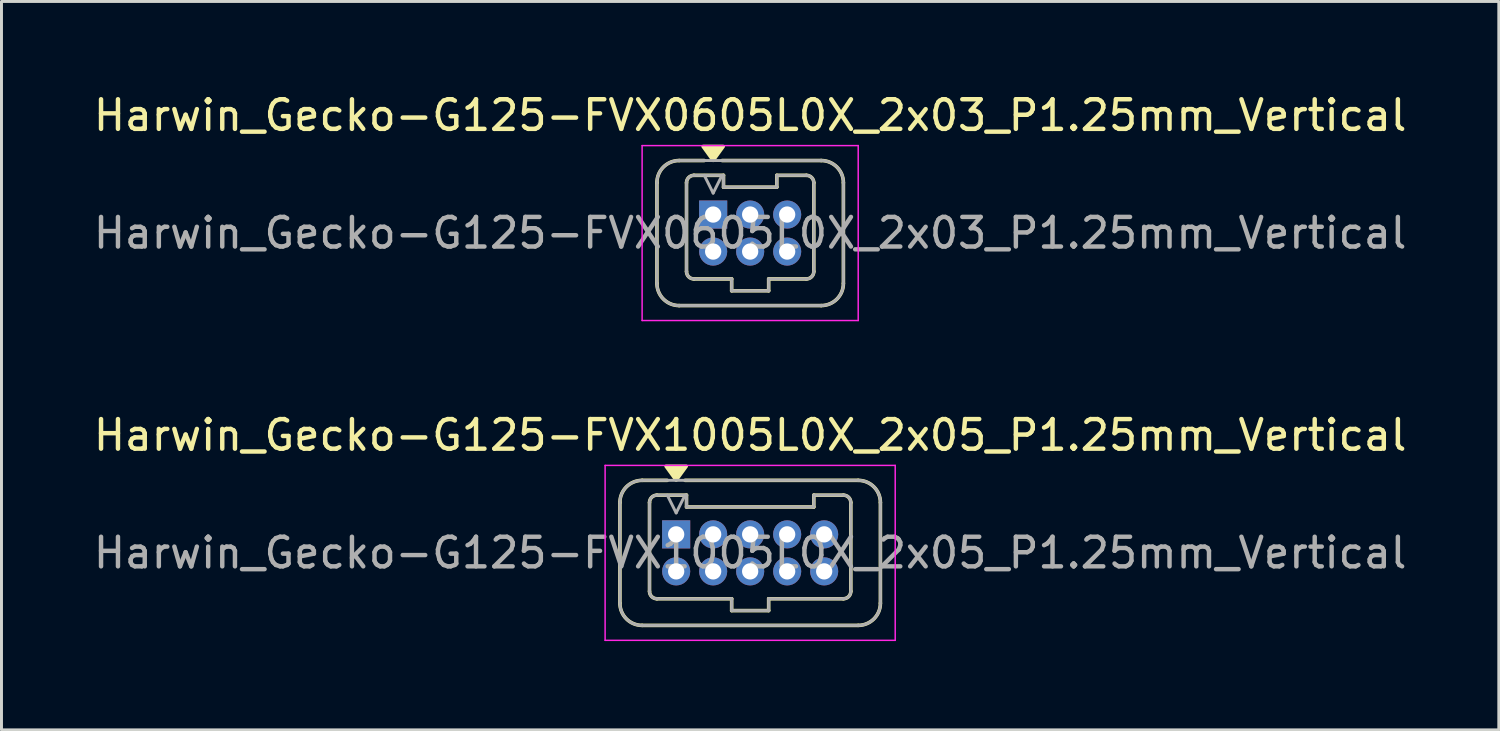
<source format=kicad_pcb>
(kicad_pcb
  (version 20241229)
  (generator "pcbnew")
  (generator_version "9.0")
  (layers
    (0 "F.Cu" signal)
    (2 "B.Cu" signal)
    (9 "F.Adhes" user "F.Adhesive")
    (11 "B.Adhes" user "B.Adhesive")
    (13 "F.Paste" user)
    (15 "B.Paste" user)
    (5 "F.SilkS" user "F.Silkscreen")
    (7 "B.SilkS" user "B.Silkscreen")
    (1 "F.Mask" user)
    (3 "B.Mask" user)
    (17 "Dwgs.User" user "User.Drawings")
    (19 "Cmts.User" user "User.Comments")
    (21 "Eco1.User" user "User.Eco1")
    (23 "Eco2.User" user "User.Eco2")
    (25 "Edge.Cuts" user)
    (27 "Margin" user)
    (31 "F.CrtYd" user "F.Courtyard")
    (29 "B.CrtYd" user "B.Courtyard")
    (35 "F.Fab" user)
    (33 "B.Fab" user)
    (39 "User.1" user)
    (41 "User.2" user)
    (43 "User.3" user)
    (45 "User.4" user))
  (footprint "Harwin_Gecko-G125-FVX1005L0X_2x05_P1.25mm_Vertical"
    (layer "F.Cu")
    (at 19.792 15.002)
    (property "Reference" "Harwin_Gecko-G125-FVX1005L0X_2x05_P1.25mm_Vertical" (at 2.5 -3.35 0) (layer "F.SilkS") (effects (font (size 1 1) (thickness 0.15))))
    (attr through_hole)
    (fp_line (start -1.9 -1.075) (end -1.9 2.325) (stroke (width 0.12) (type solid)) (layer "F.SilkS"))
    (fp_line (start -1.15 -1.825) (end -0.3 -1.825) (stroke (width 0.12) (type solid)) (layer "F.SilkS"))
    (fp_line (start -1.15 3.075) (end 6.15 3.075) (stroke (width 0.12) (type solid)) (layer "F.SilkS"))
    (fp_line (start -0.9 -1.075) (end -0.9 1.925) (stroke (width 0.12) (type solid)) (layer "F.SilkS"))
    (fp_line (start -0.65 -1.325) (end 0.35 -1.325) (stroke (width 0.12) (type solid)) (layer "F.SilkS"))
    (fp_line (start -0.65 2.175) (end 1.875 2.175) (stroke (width 0.12) (type solid)) (layer "F.SilkS"))
    (fp_line (start 0.3 -1.825) (end 6.15 -1.825) (stroke (width 0.12) (type solid)) (layer "F.SilkS"))
    (fp_line (start 0.35 -1.325) (end 0.35 -0.925) (stroke (width 0.12) (type solid)) (layer "F.SilkS"))
    (fp_line (start 0.35 -0.925) (end 4.65 -0.925) (stroke (width 0.12) (type solid)) (layer "F.SilkS"))
    (fp_line (start 1.875 2.175) (end 1.875 2.575) (stroke (width 0.12) (type solid)) (layer "F.SilkS"))
    (fp_line (start 1.875 2.575) (end 3.125 2.575) (stroke (width 0.12) (type solid)) (layer "F.SilkS"))
    (fp_line (start 3.125 2.175) (end 5.65 2.175) (stroke (width 0.12) (type solid)) (layer "F.SilkS"))
    (fp_line (start 3.125 2.575) (end 3.125 2.175) (stroke (width 0.12) (type solid)) (layer "F.SilkS"))
    (fp_line (start 4.65 -1.325) (end 5.65 -1.325) (stroke (width 0.12) (type solid)) (layer "F.SilkS"))
    (fp_line (start 4.65 -0.925) (end 4.65 -1.325) (stroke (width 0.12) (type solid)) (layer "F.SilkS"))
    (fp_line (start 5.9 -1.075) (end 5.9 1.925) (stroke (width 0.12) (type solid)) (layer "F.SilkS"))
    (fp_line (start 6.9 -1.075) (end 6.9 2.325) (stroke (width 0.12) (type solid)) (layer "F.SilkS"))
    (fp_arc (start -1.9 -1.075) (mid -1.68033 -1.60533) (end -1.15 -1.825) (stroke (width 0.12) (type solid)) (layer "F.SilkS"))
    (fp_arc (start -1.15 3.075) (mid -1.68033 2.85533) (end -1.9 2.325) (stroke (width 0.12) (type solid)) (layer "F.SilkS"))
    (fp_arc (start -0.9 -1.075) (mid -0.826777 -1.251777) (end -0.65 -1.325) (stroke (width 0.12) (type solid)) (layer "F.SilkS"))
    (fp_arc (start -0.65 2.175) (mid -0.826777 2.101777) (end -0.9 1.925) (stroke (width 0.12) (type solid)) (layer "F.SilkS"))
    (fp_arc (start 5.65 -1.325) (mid 5.826777 -1.251777) (end 5.9 -1.075) (stroke (width 0.12) (type solid)) (layer "F.SilkS"))
    (fp_arc (start 5.9 1.925) (mid 5.826777 2.101777) (end 5.65 2.175) (stroke (width 0.12) (type solid)) (layer "F.SilkS"))
    (fp_arc (start 6.15 -1.825) (mid 6.68033 -1.60533) (end 6.9 -1.075) (stroke (width 0.12) (type solid)) (layer "F.SilkS"))
    (fp_arc (start 6.9 2.325) (mid 6.68033 2.85533) (end 6.15 3.075) (stroke (width 0.12) (type solid)) (layer "F.SilkS"))
    (fp_poly (pts (xy 0 -1.83) (xy -0.34 -2.3) (xy 0.34 -2.3) (xy 0 -1.83)) (stroke (width 0.12) (type solid)) (fill yes) (layer "F.SilkS"))
    (fp_line (start -2.4 -2.33) (end -2.4 3.58) (stroke (width 0.05) (type solid)) (layer "F.CrtYd"))
    (fp_line (start -2.4 3.58) (end 7.4 3.58) (stroke (width 0.05) (type solid)) (layer "F.CrtYd"))
    (fp_line (start 7.4 -2.33) (end -2.4 -2.33) (stroke (width 0.05) (type solid)) (layer "F.CrtYd"))
    (fp_line (start 7.4 3.58) (end 7.4 -2.33) (stroke (width 0.05) (type solid)) (layer "F.CrtYd"))
    (fp_line (start -1.9 -1.075) (end -1.9 2.325) (stroke (width 0.1) (type solid)) (layer "F.Fab"))
    (fp_line (start -1.15 -1.825) (end 6.15 -1.825) (stroke (width 0.1) (type solid)) (layer "F.Fab"))
    (fp_line (start -1.15 3.075) (end 6.15 3.075) (stroke (width 0.1) (type solid)) (layer "F.Fab"))
    (fp_line (start -0.9 -1.075) (end -0.9 1.925) (stroke (width 0.1) (type solid)) (layer "F.Fab"))
    (fp_line (start -0.65 -1.325) (end 0.35 -1.325) (stroke (width 0.1) (type solid)) (layer "F.Fab"))
    (fp_line (start -0.65 2.175) (end 1.875 2.175) (stroke (width 0.1) (type solid)) (layer "F.Fab"))
    (fp_line (start 0 -0.725) (end -0.3 -1.325) (stroke (width 0.1) (type solid)) (layer "F.Fab"))
    (fp_line (start 0.3 -1.325) (end 0 -0.725) (stroke (width 0.1) (type solid)) (layer "F.Fab"))
    (fp_line (start 0.35 -1.325) (end 0.35 -0.925) (stroke (width 0.1) (type solid)) (layer "F.Fab"))
    (fp_line (start 0.35 -0.925) (end 4.65 -0.925) (stroke (width 0.1) (type solid)) (layer "F.Fab"))
    (fp_line (start 1.875 2.175) (end 1.875 2.575) (stroke (width 0.1) (type solid)) (layer "F.Fab"))
    (fp_line (start 1.875 2.575) (end 3.125 2.575) (stroke (width 0.1) (type solid)) (layer "F.Fab"))
    (fp_line (start 3.125 2.175) (end 5.65 2.175) (stroke (width 0.1) (type solid)) (layer "F.Fab"))
    (fp_line (start 3.125 2.575) (end 3.125 2.175) (stroke (width 0.1) (type solid)) (layer "F.Fab"))
    (fp_line (start 4.65 -1.325) (end 5.65 -1.325) (stroke (width 0.1) (type solid)) (layer "F.Fab"))
    (fp_line (start 4.65 -0.925) (end 4.65 -1.325) (stroke (width 0.1) (type solid)) (layer "F.Fab"))
    (fp_line (start 5.9 -1.075) (end 5.9 1.925) (stroke (width 0.1) (type solid)) (layer "F.Fab"))
    (fp_line (start 6.9 -1.075) (end 6.9 2.325) (stroke (width 0.1) (type solid)) (layer "F.Fab"))
    (fp_arc (start -1.9 -1.075) (mid -1.68033 -1.60533) (end -1.15 -1.825) (stroke (width 0.1) (type solid)) (layer "F.Fab"))
    (fp_arc (start -1.15 3.075) (mid -1.68033 2.85533) (end -1.9 2.325) (stroke (width 0.1) (type solid)) (layer "F.Fab"))
    (fp_arc (start -0.9 -1.075) (mid -0.826777 -1.251777) (end -0.65 -1.325) (stroke (width 0.1) (type solid)) (layer "F.Fab"))
    (fp_arc (start -0.65 2.175) (mid -0.826777 2.101777) (end -0.9 1.925) (stroke (width 0.1) (type solid)) (layer "F.Fab"))
    (fp_arc (start 5.65 -1.325) (mid 5.826777 -1.251777) (end 5.9 -1.075) (stroke (width 0.1) (type solid)) (layer "F.Fab"))
    (fp_arc (start 5.9 1.925) (mid 5.826777 2.101777) (end 5.65 2.175) (stroke (width 0.1) (type solid)) (layer "F.Fab"))
    (fp_arc (start 6.15 -1.825) (mid 6.68033 -1.60533) (end 6.9 -1.075) (stroke (width 0.1) (type solid)) (layer "F.Fab"))
    (fp_arc (start 6.9 2.325) (mid 6.68033 2.85533) (end 6.15 3.075) (stroke (width 0.1) (type solid)) (layer "F.Fab"))
    (fp_text user "${REFERENCE}" (at 2.5 0.625 0) (layer "F.Fab") (effects (font (size 1 1) (thickness 0.15))))
    (pad "1" thru_hole rect (at 0 0) (size 0.95 0.95) (drill 0.55) (layers "*.Cu" "*.Mask"))
    (pad "2" thru_hole circle (at 1.25 0) (size 0.95 0.95) (drill 0.55) (layers "*.Cu" "*.Mask"))
    (pad "3" thru_hole circle (at 2.5 0) (size 0.95 0.95) (drill 0.55) (layers "*.Cu" "*.Mask"))
    (pad "4" thru_hole circle (at 3.75 0) (size 0.95 0.95) (drill 0.55) (layers "*.Cu" "*.Mask"))
    (pad "5" thru_hole circle (at 5 0) (size 0.95 0.95) (drill 0.55) (layers "*.Cu" "*.Mask"))
    (pad "6" thru_hole circle (at 0 1.25) (size 0.95 0.95) (drill 0.55) (layers "*.Cu" "*.Mask"))
    (pad "7" thru_hole circle (at 1.25 1.25) (size 0.95 0.95) (drill 0.55) (layers "*.Cu" "*.Mask"))
    (pad "8" thru_hole circle (at 2.5 1.25) (size 0.95 0.95) (drill 0.55) (layers "*.Cu" "*.Mask"))
    (pad "9" thru_hole circle (at 3.75 1.25) (size 0.95 0.95) (drill 0.55) (layers "*.Cu" "*.Mask"))
    (pad "10" thru_hole circle (at 5 1.25) (size 0.95 0.95) (drill 0.55) (layers "*.Cu" "*.Mask")))
  (footprint "Harwin_Gecko-G125-FVX0605L0X_2x03_P1.25mm_Vertical"
    (layer "F.Cu")
    (at 21.042 4.198)
    (property "Reference" "Harwin_Gecko-G125-FVX0605L0X_2x03_P1.25mm_Vertical" (at 1.25 -3.35 0) (layer "F.SilkS") (effects (font (size 1 1) (thickness 0.15))))
    (attr through_hole)
    (fp_line (start -1.9 -1.075) (end -1.9 2.325) (stroke (width 0.12) (type solid)) (layer "F.SilkS"))
    (fp_line (start -1.15 -1.825) (end -0.3 -1.825) (stroke (width 0.12) (type solid)) (layer "F.SilkS"))
    (fp_line (start -1.15 3.075) (end 3.65 3.075) (stroke (width 0.12) (type solid)) (layer "F.SilkS"))
    (fp_line (start -0.9 -1.075) (end -0.9 1.925) (stroke (width 0.12) (type solid)) (layer "F.SilkS"))
    (fp_line (start -0.65 -1.325) (end 0.35 -1.325) (stroke (width 0.12) (type solid)) (layer "F.SilkS"))
    (fp_line (start -0.65 2.175) (end 0.625 2.175) (stroke (width 0.12) (type solid)) (layer "F.SilkS"))
    (fp_line (start 0.3 -1.825) (end 3.65 -1.825) (stroke (width 0.12) (type solid)) (layer "F.SilkS"))
    (fp_line (start 0.35 -1.325) (end 0.35 -0.925) (stroke (width 0.12) (type solid)) (layer "F.SilkS"))
    (fp_line (start 0.35 -0.925) (end 2.15 -0.925) (stroke (width 0.12) (type solid)) (layer "F.SilkS"))
    (fp_line (start 0.625 2.175) (end 0.625 2.575) (stroke (width 0.12) (type solid)) (layer "F.SilkS"))
    (fp_line (start 0.625 2.575) (end 1.875 2.575) (stroke (width 0.12) (type solid)) (layer "F.SilkS"))
    (fp_line (start 1.875 2.175) (end 3.15 2.175) (stroke (width 0.12) (type solid)) (layer "F.SilkS"))
    (fp_line (start 1.875 2.575) (end 1.875 2.175) (stroke (width 0.12) (type solid)) (layer "F.SilkS"))
    (fp_line (start 2.15 -1.325) (end 3.15 -1.325) (stroke (width 0.12) (type solid)) (layer "F.SilkS"))
    (fp_line (start 2.15 -0.925) (end 2.15 -1.325) (stroke (width 0.12) (type solid)) (layer "F.SilkS"))
    (fp_line (start 3.4 -1.075) (end 3.4 1.925) (stroke (width 0.12) (type solid)) (layer "F.SilkS"))
    (fp_line (start 4.4 -1.075) (end 4.4 2.325) (stroke (width 0.12) (type solid)) (layer "F.SilkS"))
    (fp_arc (start -1.9 -1.075) (mid -1.68033 -1.60533) (end -1.15 -1.825) (stroke (width 0.12) (type solid)) (layer "F.SilkS"))
    (fp_arc (start -1.15 3.075) (mid -1.68033 2.85533) (end -1.9 2.325) (stroke (width 0.12) (type solid)) (layer "F.SilkS"))
    (fp_arc (start -0.9 -1.075) (mid -0.826777 -1.251777) (end -0.65 -1.325) (stroke (width 0.12) (type solid)) (layer "F.SilkS"))
    (fp_arc (start -0.65 2.175) (mid -0.826777 2.101777) (end -0.9 1.925) (stroke (width 0.12) (type solid)) (layer "F.SilkS"))
    (fp_arc (start 3.15 -1.325) (mid 3.326777 -1.251777) (end 3.4 -1.075) (stroke (width 0.12) (type solid)) (layer "F.SilkS"))
    (fp_arc (start 3.4 1.925) (mid 3.326777 2.101777) (end 3.15 2.175) (stroke (width 0.12) (type solid)) (layer "F.SilkS"))
    (fp_arc (start 3.65 -1.825) (mid 4.18033 -1.60533) (end 4.4 -1.075) (stroke (width 0.12) (type solid)) (layer "F.SilkS"))
    (fp_arc (start 4.4 2.325) (mid 4.18033 2.85533) (end 3.65 3.075) (stroke (width 0.12) (type solid)) (layer "F.SilkS"))
    (fp_poly (pts (xy 0 -1.83) (xy -0.34 -2.3) (xy 0.34 -2.3) (xy 0 -1.83)) (stroke (width 0.12) (type solid)) (fill yes) (layer "F.SilkS"))
    (fp_line (start -2.4 -2.33) (end -2.4 3.58) (stroke (width 0.05) (type solid)) (layer "F.CrtYd"))
    (fp_line (start -2.4 3.58) (end 4.9 3.58) (stroke (width 0.05) (type solid)) (layer "F.CrtYd"))
    (fp_line (start 4.9 -2.33) (end -2.4 -2.33) (stroke (width 0.05) (type solid)) (layer "F.CrtYd"))
    (fp_line (start 4.9 3.58) (end 4.9 -2.33) (stroke (width 0.05) (type solid)) (layer "F.CrtYd"))
    (fp_line (start -1.9 -1.075) (end -1.9 2.325) (stroke (width 0.1) (type solid)) (layer "F.Fab"))
    (fp_line (start -1.15 -1.825) (end 3.65 -1.825) (stroke (width 0.1) (type solid)) (layer "F.Fab"))
    (fp_line (start -1.15 3.075) (end 3.65 3.075) (stroke (width 0.1) (type solid)) (layer "F.Fab"))
    (fp_line (start -0.9 -1.075) (end -0.9 1.925) (stroke (width 0.1) (type solid)) (layer "F.Fab"))
    (fp_line (start -0.65 -1.325) (end 0.35 -1.325) (stroke (width 0.1) (type solid)) (layer "F.Fab"))
    (fp_line (start -0.65 2.175) (end 0.625 2.175) (stroke (width 0.1) (type solid)) (layer "F.Fab"))
    (fp_line (start 0 -0.725) (end -0.3 -1.325) (stroke (width 0.1) (type solid)) (layer "F.Fab"))
    (fp_line (start 0.3 -1.325) (end 0 -0.725) (stroke (width 0.1) (type solid)) (layer "F.Fab"))
    (fp_line (start 0.35 -1.325) (end 0.35 -0.925) (stroke (width 0.1) (type solid)) (layer "F.Fab"))
    (fp_line (start 0.35 -0.925) (end 2.15 -0.925) (stroke (width 0.1) (type solid)) (layer "F.Fab"))
    (fp_line (start 0.625 2.175) (end 0.625 2.575) (stroke (width 0.1) (type solid)) (layer "F.Fab"))
    (fp_line (start 0.625 2.575) (end 1.875 2.575) (stroke (width 0.1) (type solid)) (layer "F.Fab"))
    (fp_line (start 1.875 2.175) (end 3.15 2.175) (stroke (width 0.1) (type solid)) (layer "F.Fab"))
    (fp_line (start 1.875 2.575) (end 1.875 2.175) (stroke (width 0.1) (type solid)) (layer "F.Fab"))
    (fp_line (start 2.15 -1.325) (end 3.15 -1.325) (stroke (width 0.1) (type solid)) (layer "F.Fab"))
    (fp_line (start 2.15 -0.925) (end 2.15 -1.325) (stroke (width 0.1) (type solid)) (layer "F.Fab"))
    (fp_line (start 3.4 -1.075) (end 3.4 1.925) (stroke (width 0.1) (type solid)) (layer "F.Fab"))
    (fp_line (start 4.4 -1.075) (end 4.4 2.325) (stroke (width 0.1) (type solid)) (layer "F.Fab"))
    (fp_arc (start -1.9 -1.075) (mid -1.68033 -1.60533) (end -1.15 -1.825) (stroke (width 0.1) (type solid)) (layer "F.Fab"))
    (fp_arc (start -1.15 3.075) (mid -1.68033 2.85533) (end -1.9 2.325) (stroke (width 0.1) (type solid)) (layer "F.Fab"))
    (fp_arc (start -0.9 -1.075) (mid -0.826777 -1.251777) (end -0.65 -1.325) (stroke (width 0.1) (type solid)) (layer "F.Fab"))
    (fp_arc (start -0.65 2.175) (mid -0.826777 2.101777) (end -0.9 1.925) (stroke (width 0.1) (type solid)) (layer "F.Fab"))
    (fp_arc (start 3.15 -1.325) (mid 3.326777 -1.251777) (end 3.4 -1.075) (stroke (width 0.1) (type solid)) (layer "F.Fab"))
    (fp_arc (start 3.4 1.925) (mid 3.326777 2.101777) (end 3.15 2.175) (stroke (width 0.1) (type solid)) (layer "F.Fab"))
    (fp_arc (start 3.65 -1.825) (mid 4.18033 -1.60533) (end 4.4 -1.075) (stroke (width 0.1) (type solid)) (layer "F.Fab"))
    (fp_arc (start 4.4 2.325) (mid 4.18033 2.85533) (end 3.65 3.075) (stroke (width 0.1) (type solid)) (layer "F.Fab"))
    (fp_text user "${REFERENCE}" (at 1.25 0.625 0) (layer "F.Fab") (effects (font (size 1 1) (thickness 0.15))))
    (pad "1" thru_hole rect (at 0 0) (size 0.95 0.95) (drill 0.55) (layers "*.Cu" "*.Mask"))
    (pad "2" thru_hole circle (at 1.25 0) (size 0.95 0.95) (drill 0.55) (layers "*.Cu" "*.Mask"))
    (pad "3" thru_hole circle (at 2.5 0) (size 0.95 0.95) (drill 0.55) (layers "*.Cu" "*.Mask"))
    (pad "4" thru_hole circle (at 0 1.25) (size 0.95 0.95) (drill 0.55) (layers "*.Cu" "*.Mask"))
    (pad "5" thru_hole circle (at 1.25 1.25) (size 0.95 0.95) (drill 0.55) (layers "*.Cu" "*.Mask"))
    (pad "6" thru_hole circle (at 2.5 1.25) (size 0.95 0.95) (drill 0.55) (layers "*.Cu" "*.Mask")))
  (gr_rect
    (start -3 -3)
    (end 47.583 21.607)
    (stroke (width 0.1) (type default))
    (fill no)
    (layer "Edge.Cuts")))
</source>
